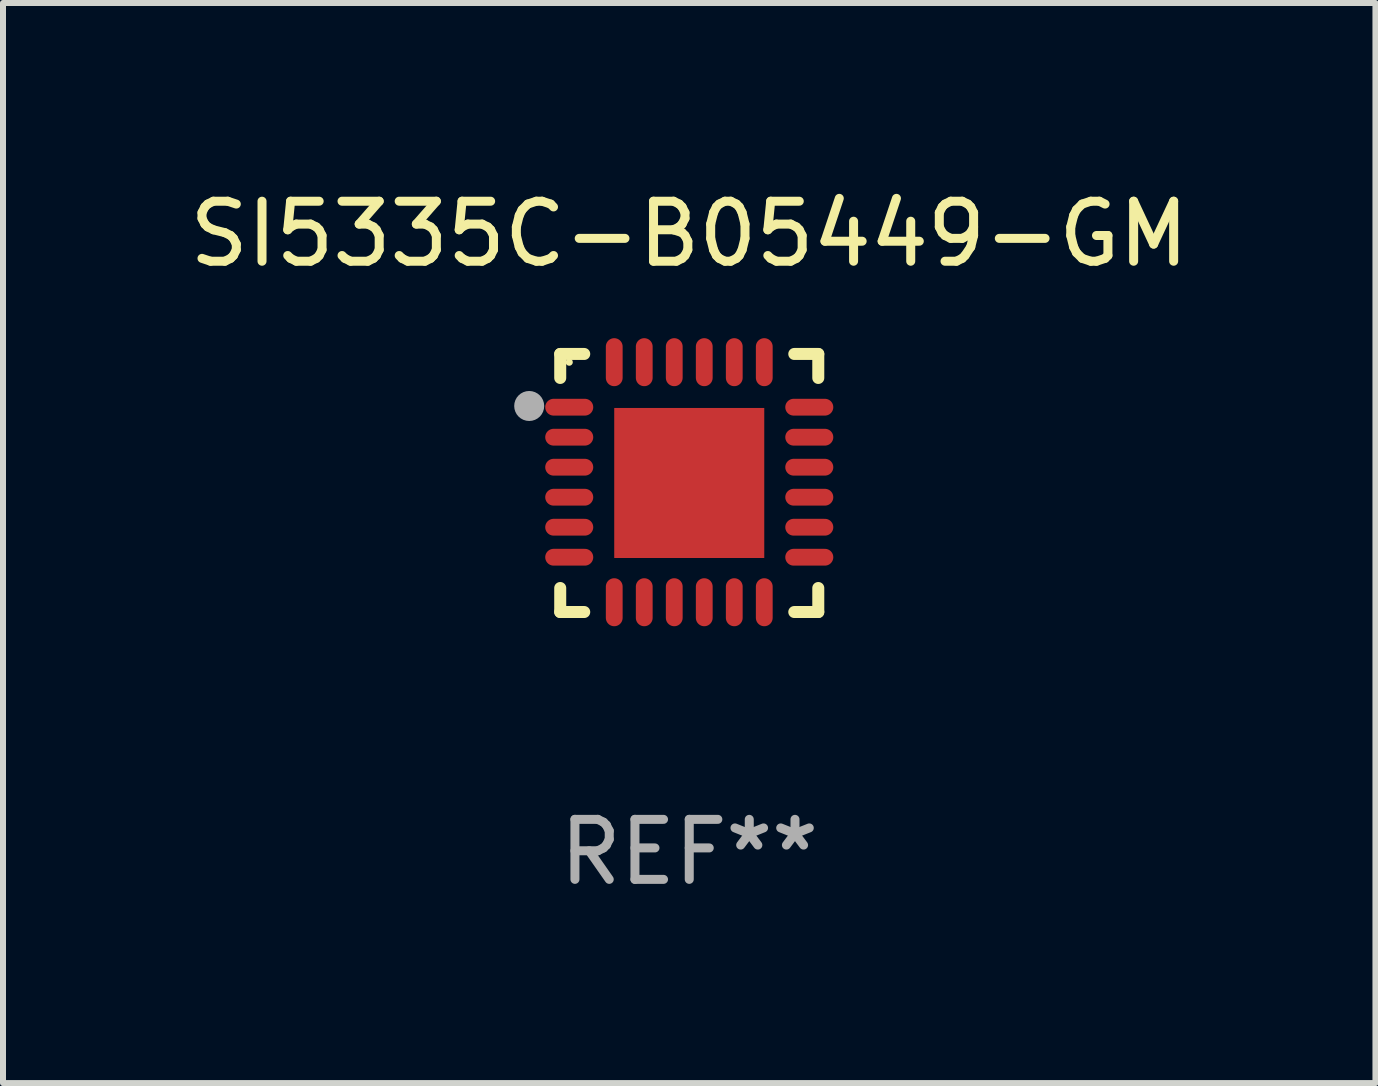
<source format=kicad_pcb>
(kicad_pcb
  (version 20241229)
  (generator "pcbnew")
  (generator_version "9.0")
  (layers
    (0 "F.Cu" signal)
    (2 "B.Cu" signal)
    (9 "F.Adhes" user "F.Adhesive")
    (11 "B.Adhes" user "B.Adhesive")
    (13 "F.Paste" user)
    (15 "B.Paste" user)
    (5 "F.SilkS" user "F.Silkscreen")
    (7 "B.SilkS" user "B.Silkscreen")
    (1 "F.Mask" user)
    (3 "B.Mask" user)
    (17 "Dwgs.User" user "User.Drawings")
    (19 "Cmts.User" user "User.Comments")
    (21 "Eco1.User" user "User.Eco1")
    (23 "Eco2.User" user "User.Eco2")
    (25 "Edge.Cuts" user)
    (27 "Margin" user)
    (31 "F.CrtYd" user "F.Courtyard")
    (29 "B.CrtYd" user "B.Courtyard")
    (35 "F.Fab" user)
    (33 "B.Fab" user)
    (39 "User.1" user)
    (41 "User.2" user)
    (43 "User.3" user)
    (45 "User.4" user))
  (footprint "SI5335C-B05449-GM"
    (layer "F.Cu")
    (at 8.435 4.998)
    (property "Reference" "SI5335C-B05449-GM" (at 0 -4.15 0) (layer "F.SilkS") (effects (font (size 1 1) (thickness 0.15))))
    (attr through_hole)
    (fp_line (start -2.15 -2.15) (end -1.75 -2.15) (stroke (width 0.2) (type solid)) (layer "F.SilkS"))
    (fp_line (start -2.15 -1.75) (end -2.15 -2.15) (stroke (width 0.2) (type solid)) (layer "F.SilkS"))
    (fp_line (start -2.15 2.15) (end -2.15 1.75) (stroke (width 0.2) (type solid)) (layer "F.SilkS"))
    (fp_line (start -1.75 2.15) (end -2.15 2.15) (stroke (width 0.2) (type solid)) (layer "F.SilkS"))
    (fp_line (start 1.75 -2.15) (end 2.15 -2.15) (stroke (width 0.2) (type solid)) (layer "F.SilkS"))
    (fp_line (start 1.75 2.15) (end 2.15 2.15) (stroke (width 0.2) (type solid)) (layer "F.SilkS"))
    (fp_line (start 2.15 -2.15) (end 2.15 -1.75) (stroke (width 0.2) (type solid)) (layer "F.SilkS"))
    (fp_line (start 2.15 2.15) (end 2.15 1.75) (stroke (width 0.2) (type solid)) (layer "F.SilkS"))
    (fp_circle (center -2 -2.013) (end -1.97 -2.013) (stroke (width 0.06) (type solid)) (fill no) (layer "F.SilkS"))
    (fp_circle (center -2.667 -1.283) (end -2.542 -1.283) (stroke (width 0.25) (type solid)) (fill no) (layer "F.Fab"))
    (fp_text user "REF**" (at 0 6.15 0) (layer "F.Fab") (effects (font (size 1 1) (thickness 0.15))))
    (pad "1" smd oval (at -2 -1.263) (size 0.8 0.28) (layers "F.Cu" "F.Mask" "F.Paste"))
    (pad "2" smd oval (at -2 -0.763) (size 0.8 0.28) (layers "F.Cu" "F.Mask" "F.Paste"))
    (pad "3" smd oval (at -2 -0.263) (size 0.8 0.28) (layers "F.Cu" "F.Mask" "F.Paste"))
    (pad "4" smd oval (at -2 0.237) (size 0.8 0.28) (layers "F.Cu" "F.Mask" "F.Paste"))
    (pad "5" smd oval (at -2 0.737) (size 0.8 0.28) (layers "F.Cu" "F.Mask" "F.Paste"))
    (pad "6" smd oval (at -2 1.237) (size 0.8 0.28) (layers "F.Cu" "F.Mask" "F.Paste"))
    (pad "7" smd oval (at -1.25 1.987) (size 0.28 0.8) (layers "F.Cu" "F.Mask" "F.Paste"))
    (pad "8" smd oval (at -0.75 1.987) (size 0.28 0.8) (layers "F.Cu" "F.Mask" "F.Paste"))
    (pad "9" smd oval (at -0.25 1.987) (size 0.28 0.8) (layers "F.Cu" "F.Mask" "F.Paste"))
    (pad "10" smd oval (at 0.25 1.987) (size 0.28 0.8) (layers "F.Cu" "F.Mask" "F.Paste"))
    (pad "11" smd oval (at 0.75 1.987) (size 0.28 0.8) (layers "F.Cu" "F.Mask" "F.Paste"))
    (pad "12" smd oval (at 1.25 1.987) (size 0.28 0.8) (layers "F.Cu" "F.Mask" "F.Paste"))
    (pad "13" smd oval (at 2 1.237) (size 0.8 0.28) (layers "F.Cu" "F.Mask" "F.Paste"))
    (pad "14" smd oval (at 2 0.737) (size 0.8 0.28) (layers "F.Cu" "F.Mask" "F.Paste"))
    (pad "15" smd oval (at 2 0.237) (size 0.8 0.28) (layers "F.Cu" "F.Mask" "F.Paste"))
    (pad "16" smd oval (at 2 -0.263) (size 0.8 0.28) (layers "F.Cu" "F.Mask" "F.Paste"))
    (pad "17" smd oval (at 2 -0.763) (size 0.8 0.28) (layers "F.Cu" "F.Mask" "F.Paste"))
    (pad "18" smd oval (at 2 -1.263) (size 0.8 0.28) (layers "F.Cu" "F.Mask" "F.Paste"))
    (pad "19" smd oval (at 1.25 -2.013) (size 0.28 0.8) (layers "F.Cu" "F.Mask" "F.Paste"))
    (pad "20" smd oval (at 0.75 -2.013) (size 0.28 0.8) (layers "F.Cu" "F.Mask" "F.Paste"))
    (pad "21" smd oval (at 0.25 -2.013) (size 0.28 0.8) (layers "F.Cu" "F.Mask" "F.Paste"))
    (pad "22" smd oval (at -0.25 -2.013) (size 0.28 0.8) (layers "F.Cu" "F.Mask" "F.Paste"))
    (pad "23" smd oval (at -0.75 -2.013) (size 0.28 0.8) (layers "F.Cu" "F.Mask" "F.Paste"))
    (pad "24" smd oval (at -1.25 -2.013) (size 0.28 0.8) (layers "F.Cu" "F.Mask" "F.Paste"))
    (pad "25" smd rect (at -0.000127 -0.00014) (size 2.5 2.5) (layers "F.Cu" "F.Mask" "F.Paste")))
  (gr_rect
    (start -3 -3)
    (end 19.869 14.997)
    (stroke (width 0.1) (type default))
    (fill no)
    (layer "Edge.Cuts")))
</source>
